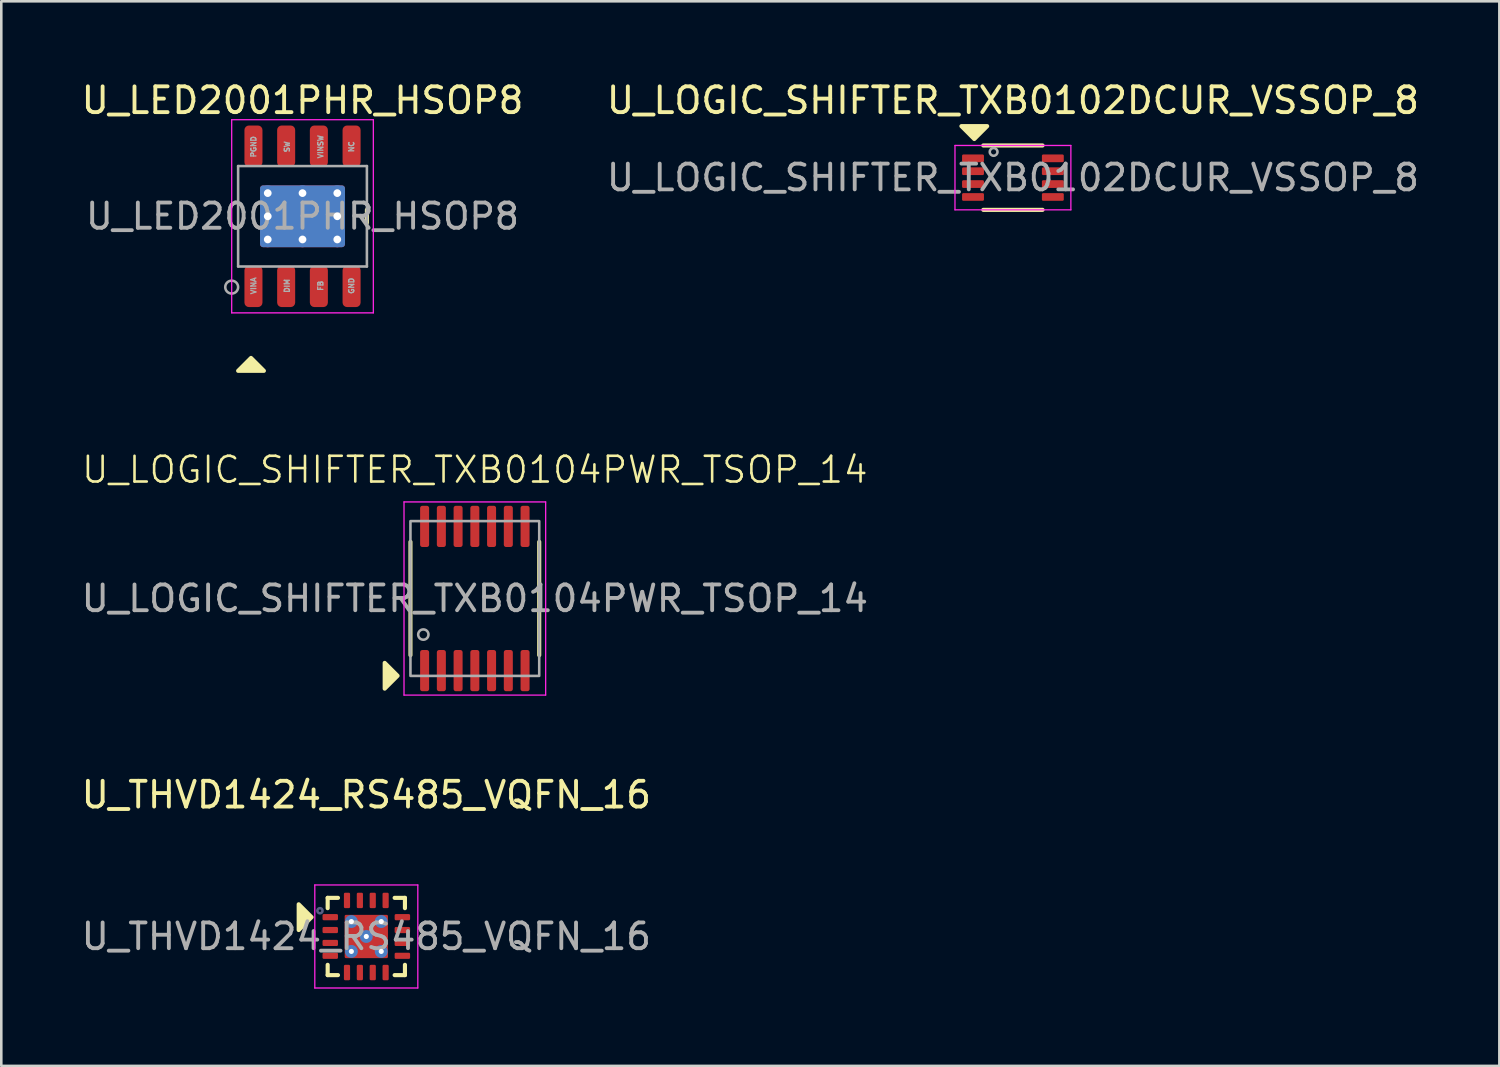
<source format=kicad_pcb>
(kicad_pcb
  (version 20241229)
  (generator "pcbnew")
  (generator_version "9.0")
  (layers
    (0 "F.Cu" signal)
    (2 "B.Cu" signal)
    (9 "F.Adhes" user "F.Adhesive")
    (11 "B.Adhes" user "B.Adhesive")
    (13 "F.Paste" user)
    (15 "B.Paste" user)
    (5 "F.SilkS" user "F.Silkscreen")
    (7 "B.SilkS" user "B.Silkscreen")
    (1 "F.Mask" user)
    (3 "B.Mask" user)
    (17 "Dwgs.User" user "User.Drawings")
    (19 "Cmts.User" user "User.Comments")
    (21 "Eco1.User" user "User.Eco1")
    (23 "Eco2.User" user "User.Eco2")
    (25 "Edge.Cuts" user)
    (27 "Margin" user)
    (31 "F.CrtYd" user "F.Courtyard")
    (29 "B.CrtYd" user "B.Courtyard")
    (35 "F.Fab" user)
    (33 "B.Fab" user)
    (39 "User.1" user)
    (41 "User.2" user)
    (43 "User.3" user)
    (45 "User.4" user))
  (footprint "U_LED2001PHR_HSOP8"
    (layer "F.Cu")
    (at 8.696 5.348)
    (property "Reference" "U_LED2001PHR_HSOP8" (at 0 -4.5 0) (layer "F.SilkS") (effects (font (size 1 1) (thickness 0.15))))
    (attr smd)
    (fp_line (start 2.5 0.25) (end 2.5 -0.25) (stroke (width 0.16) (type default)) (layer "F.SilkS"))
    (fp_poly (pts (xy -2.5 6) (xy -2 5.5) (xy -1.5 6)) (stroke (width 0.16) (type solid)) (fill yes) (layer "F.SilkS"))
    (fp_line (start -2.75 -3.75) (end -2.75 3.75) (stroke (width 0.05) (type solid)) (layer "F.CrtYd"))
    (fp_line (start -2.75 3.75) (end 2.75 3.75) (stroke (width 0.05) (type solid)) (layer "F.CrtYd"))
    (fp_line (start 2.75 -3.75) (end -2.75 -3.75) (stroke (width 0.05) (type solid)) (layer "F.CrtYd"))
    (fp_line (start 2.75 3.75) (end 2.75 -3.75) (stroke (width 0.05) (type solid)) (layer "F.CrtYd"))
    (fp_line (start -2.5 -1.95) (end 2.5 -1.95) (stroke (width 0.1) (type solid)) (layer "F.Fab"))
    (fp_line (start -2.5 1.95) (end -2.5 -1.95) (stroke (width 0.1) (type solid)) (layer "F.Fab"))
    (fp_line (start 2.5 -1.95) (end 2.5 1.95) (stroke (width 0.1) (type solid)) (layer "F.Fab"))
    (fp_line (start 2.5 1.95) (end -2.5 1.95) (stroke (width 0.1) (type solid)) (layer "F.Fab"))
    (fp_circle (center -2.75 2.75) (end -2.5 2.75) (stroke (width 0.1) (type default)) (fill no) (layer "F.Fab"))
    (fp_text user "NC" (at 1.9 -2.7 90) (unlocked yes) (layer "F.Fab") (effects (font (size 0.2 0.2) (thickness 0.05) (bold yes))))
    (fp_text user "GND" (at 1.9 2.7 90) (unlocked yes) (layer "F.Fab") (effects (font (size 0.2 0.2) (thickness 0.05) (bold yes))))
    (fp_text user "VINA" (at -1.9 2.7 90) (unlocked yes) (layer "F.Fab") (effects (font (size 0.2 0.2) (thickness 0.05) (bold yes))))
    (fp_text user "DIM" (at -0.6 2.7 90) (unlocked yes) (layer "F.Fab") (effects (font (size 0.2 0.2) (thickness 0.05) (bold yes))))
    (fp_text user "FB" (at 0.7 2.7 90) (unlocked yes) (layer "F.Fab") (effects (font (size 0.2 0.2) (thickness 0.05) (bold yes))))
    (fp_text user "VINSW" (at 0.7 -2.7 90) (unlocked yes) (layer "F.Fab") (effects (font (size 0.2 0.2) (thickness 0.05) (bold yes))))
    (fp_text user "${REFERENCE}" (at 0 0 0) (layer "F.Fab") (effects (font (size 0.98 0.98) (thickness 0.15))))
    (fp_text user "SW" (at -0.6 -2.7 90) (unlocked yes) (layer "F.Fab") (effects (font (size 0.2 0.2) (thickness 0.05) (bold yes))))
    (fp_text user "PGND" (at -1.9 -2.7 90) (unlocked yes) (layer "F.Fab") (effects (font (size 0.2 0.2) (thickness 0.05) (bold yes))))
    (dimension (type aligned) (layer "User.1") (pts (xy 6.946 6.648) (xy 6.946 4.048)) (height -0.5) (format (prefix "") (suffix "") (units 3) (units_format 1) (precision 4) (suppress_zeroes yes)) (style (thickness 0.01) (arrow_length 0.01) (text_position_mode 0) (arrow_direction outward) (extension_height 0.1) (extension_offset 0.1) (keep_text_aligned yes)) (gr_text "2.6 mm" (at 6.321 5.348 90) (layer "User.1") (effects (font (size 0.1 0.1) (thickness 0.15)))))
    (dimension (type aligned) (layer "User.1") (pts (xy 6.791 8.073) (xy 10.601 8.073)) (height -1.145) (format (prefix "") (suffix "") (units 3) (units_format 1) (precision 4) (suppress_zeroes yes)) (style (thickness 0.01) (arrow_length 0.01) (text_position_mode 0) (arrow_direction outward) (extension_height 0.1) (extension_offset 0.1) (keep_text_aligned yes)) (gr_text "3.81 mm" (at 8.696 6.803 0) (layer "User.1") (effects (font (size 0.1 0.1) (thickness 0.15) (bold yes)))))
    (dimension (type aligned) (layer "User.1") (pts (xy 6.441 7.273) (xy 7.141 7.273)) (height -0.285) (format (prefix "") (suffix "") (units 3) (units_format 1) (precision 4) (suppress_zeroes yes)) (style (thickness 0.01) (arrow_length 0.01) (text_position_mode 0) (arrow_direction outward) (extension_height 0.1) (extension_offset 0.1) (keep_text_aligned yes)) (gr_text "0.7 mm" (at 6.791 6.863 0) (layer "User.1") (effects (font (size 0.1 0.1) (thickness 0.15)))))
    (dimension (type aligned) (layer "User.1") (pts (xy 6.791 8.873) (xy 6.791 1.823)) (height -1.095) (format (prefix "") (suffix "") (units 3) (units_format 1) (precision 4) (suppress_zeroes yes)) (style (thickness 0.01) (arrow_length 0.01) (text_position_mode 0) (arrow_direction outward) (extension_height 0.1) (extension_offset 0.1) (keep_text_aligned yes)) (gr_text "7.05 mm" (at 5.571 5.348 90) (layer "User.1") (effects (font (size 0.1 0.1) (thickness 0.15)))))
    (pad "" smd roundrect (at -0.775 -0.6 90) (size 0.97 1.25) (layers "F.Paste") (roundrect_rratio 0.25))
    (pad "" smd roundrect (at -0.775 0.6 90) (size 0.97 1.25) (layers "F.Paste") (roundrect_rratio 0.25))
    (pad "" smd roundrect (at 0.775 -0.6 90) (size 0.97 1.25) (layers "F.Paste") (roundrect_rratio 0.25))
    (pad "" smd roundrect (at 0.775 0.6 90) (size 0.97 1.25) (layers "F.Paste") (roundrect_rratio 0.25))
    (pad "1" smd roundrect (at -1.905 2.725 90) (size 1.6 0.7) (layers "F.Cu" "F.Mask" "F.Paste") (roundrect_rratio 0.25))
    (pad "2" smd roundrect (at -0.635 2.725 90) (size 1.6 0.7) (layers "F.Cu" "F.Mask" "F.Paste") (roundrect_rratio 0.25))
    (pad "3" smd roundrect (at 0.635 2.725 90) (size 1.6 0.7) (layers "F.Cu" "F.Mask" "F.Paste") (roundrect_rratio 0.25))
    (pad "4" smd roundrect (at 1.905 2.725 90) (size 1.6 0.7) (layers "F.Cu" "F.Mask" "F.Paste") (roundrect_rratio 0.25))
    (pad "5" smd roundrect (at 1.905 -2.725 90) (size 1.6 0.7) (layers "F.Cu" "F.Mask" "F.Paste") (roundrect_rratio 0.25))
    (pad "6" smd roundrect (at 0.635 -2.725 90) (size 1.6 0.7) (layers "F.Cu" "F.Mask" "F.Paste") (roundrect_rratio 0.25))
    (pad "7" smd roundrect (at -0.635 -2.725 90) (size 1.6 0.7) (layers "F.Cu" "F.Mask" "F.Paste") (roundrect_rratio 0.25))
    (pad "8" smd roundrect (at -1.905 -2.725 90) (size 1.6 0.7) (layers "F.Cu" "F.Mask" "F.Paste") (roundrect_rratio 0.25))
    (pad "9" thru_hole circle (at -1.35 -0.9 90) (size 0.6 0.6) (drill 0.3) (property pad_prop_heatsink) (layers "*.Cu"))
    (pad "9" thru_hole circle (at -1.35 0 90) (size 0.6 0.6) (drill 0.3) (property pad_prop_heatsink) (layers "*.Cu"))
    (pad "9" thru_hole circle (at -1.35 0.9 90) (size 0.6 0.6) (drill 0.3) (property pad_prop_heatsink) (layers "*.Cu"))
    (pad "9" thru_hole circle (at 0 -0.9 90) (size 0.6 0.6) (drill 0.3) (property pad_prop_heatsink) (layers "*.Cu"))
    (pad "9" smd roundrect (at 0 0 90) (size 2.4 3.3) (property pad_prop_heatsink) (layers "F.Cu" "F.Mask") (roundrect_rratio 0.05))
    (pad "9" smd roundrect (at 0 0 90) (size 2.4 3.3) (property pad_prop_heatsink) (layers "B.Cu") (roundrect_rratio 0.05))
    (pad "9" thru_hole circle (at 0 0.9 90) (size 0.6 0.6) (drill 0.3) (property pad_prop_heatsink) (layers "*.Cu"))
    (pad "9" thru_hole circle (at 1.35 -0.9 90) (size 0.6 0.6) (drill 0.3) (property pad_prop_heatsink) (layers "*.Cu"))
    (pad "9" thru_hole circle (at 1.35 0 90) (size 0.6 0.6) (drill 0.3) (property pad_prop_heatsink) (layers "*.Cu"))
    (pad "9" thru_hole circle (at 1.35 0.9 90) (size 0.6 0.6) (drill 0.3) (property pad_prop_heatsink) (layers "*.Cu")))
  (footprint "U_LOGIC_SHIFTER_TXB0104PWR_TSOP_14"
    (layer "F.Cu")
    (at 15.387 20.189)
    (property "Reference" "U_LOGIC_SHIFTER_TXB0104PWR_TSOP_14" (at 0 -5 0) (unlocked yes) (layer "F.SilkS") (effects (font (size 1 1) (thickness 0.1))))
    (attr smd)
    (fp_line (start -2.5 -2.2) (end -2.5 2.2) (stroke (width 0.16) (type default)) (layer "F.SilkS"))
    (fp_line (start 2.5 -2.2) (end 2.5 2.2) (stroke (width 0.16) (type default)) (layer "F.SilkS"))
    (fp_poly (pts (xy -3.5 2.5) (xy -3 3) (xy -3.5 3.5)) (stroke (width 0.16) (type solid)) (fill yes) (layer "F.SilkS"))
    (fp_line (start -2.75 -3.75) (end 2.75 -3.75) (stroke (width 0.05) (type default)) (layer "F.CrtYd"))
    (fp_line (start -2.75 3.75) (end -2.75 -3.75) (stroke (width 0.05) (type default)) (layer "F.CrtYd"))
    (fp_line (start 2.75 -3.75) (end 2.75 3.75) (stroke (width 0.05) (type default)) (layer "F.CrtYd"))
    (fp_line (start 2.75 3.75) (end -2.75 3.75) (stroke (width 0.05) (type default)) (layer "F.CrtYd"))
    (fp_rect (start -2.5 -3.005) (end 2.5 3.005) (stroke (width 0.1) (type default)) (fill no) (layer "F.Fab"))
    (fp_circle (center -2 1.4) (end -1.8 1.4) (stroke (width 0.1) (type default)) (fill no) (layer "F.Fab"))
    (fp_text user "${REFERENCE}" (at 0 0 0) (unlocked yes) (layer "F.Fab") (effects (font (size 1 1) (thickness 0.15))))
    (dimension (type aligned) (layer "User.1") (pts (xy 14.737 17.489) (xy 15.387 17.489)) (height -1.2) (format (prefix "") (suffix "") (units 3) (units_format 1) (precision 2) (suppress_zeroes yes)) (style (thickness 0.01) (arrow_length 0.01) (text_position_mode 0) (arrow_direction outward) (extension_height 0) (extension_offset 0) (keep_text_aligned yes)) (gr_text "0.65 mm" (at 15.062 16.164 0) (layer "User.1") (effects (font (size 0.1 0.1) (thickness 0.15)))))
    (dimension (type aligned) (layer "User.1") (pts (xy 13.437 17.389) (xy 13.437 22.989)) (height 1.05) (format (prefix "") (suffix "") (units 3) (units_format 1) (precision 4) (suppress_zeroes yes)) (style (thickness 0.01) (arrow_length 0.01) (text_position_mode 2) (arrow_direction outward) (extension_height 0) (extension_offset 0) (keep_text_aligned yes)) (gr_text "5.6 mm" (at 12.387 20.189 90) (layer "User.1") (effects (font (size 0.1 0.1) (thickness 0.15)))))
    (dimension (type aligned) (layer "User.1") (pts (xy 13.262 16.689) (xy 13.612 16.689)) (height -0.4) (format (prefix "") (suffix "") (units 3) (units_format 1) (precision 2)) (style (thickness 0.01) (arrow_length 0.01) (text_position_mode 2) (arrow_direction outward) (extension_height 0) (extension_offset 0) (keep_text_aligned yes)) (gr_text "0.35 mm" (at 13.487 16.189 0) (layer "User.1") (effects (font (size 0.1 0.1) (thickness 0.15)))))
    (dimension (type aligned) (layer "User.1") (pts (xy 13.112 16.589) (xy 13.112 18.189)) (height 0.175) (format (prefix "") (suffix "") (units 3) (units_format 1) (precision 4) (suppress_zeroes yes)) (style (thickness 0.01) (arrow_length 0.01) (text_position_mode 2) (arrow_direction outward) (extension_height 0) (extension_offset 0) (keep_text_aligned yes)) (gr_text "1.6 mm" (at 12.937 17.289 90) (layer "User.1") (effects (font (size 0.1 0.1) (thickness 0.15)))))
    (pad "1" smd roundrect (at -1.95 2.8) (size 0.35 1.6) (layers "F.Cu" "F.Mask" "F.Paste") (roundrect_rratio 0.25))
    (pad "2" smd roundrect (at -1.3 2.8) (size 0.35 1.6) (layers "F.Cu" "F.Mask" "F.Paste") (roundrect_rratio 0.25))
    (pad "3" smd roundrect (at -0.65 2.8) (size 0.35 1.6) (layers "F.Cu" "F.Mask" "F.Paste") (roundrect_rratio 0.25))
    (pad "4" smd roundrect (at 0 2.8) (size 0.35 1.6) (layers "F.Cu" "F.Mask" "F.Paste") (roundrect_rratio 0.25))
    (pad "5" smd roundrect (at 0.65 2.8) (size 0.35 1.6) (layers "F.Cu" "F.Mask" "F.Paste") (roundrect_rratio 0.25))
    (pad "6" smd roundrect (at 1.3 2.8) (size 0.35 1.6) (layers "F.Cu" "F.Mask" "F.Paste") (roundrect_rratio 0.25))
    (pad "7" smd roundrect (at 1.95 2.8) (size 0.35 1.6) (layers "F.Cu" "F.Mask" "F.Paste") (roundrect_rratio 0.25))
    (pad "8" smd roundrect (at 1.95 -2.8) (size 0.35 1.6) (layers "F.Cu" "F.Mask" "F.Paste") (roundrect_rratio 0.25))
    (pad "9" smd roundrect (at 1.3 -2.8) (size 0.35 1.6) (layers "F.Cu" "F.Mask" "F.Paste") (roundrect_rratio 0.25))
    (pad "10" smd roundrect (at 0.65 -2.8) (size 0.35 1.6) (layers "F.Cu" "F.Mask" "F.Paste") (roundrect_rratio 0.25))
    (pad "11" smd roundrect (at 0 -2.8) (size 0.35 1.6) (layers "F.Cu" "F.Mask" "F.Paste") (roundrect_rratio 0.25))
    (pad "12" smd roundrect (at -0.65 -2.8) (size 0.35 1.6) (layers "F.Cu" "F.Mask" "F.Paste") (roundrect_rratio 0.25))
    (pad "13" smd roundrect (at -1.3 -2.8) (size 0.35 1.6) (layers "F.Cu" "F.Mask" "F.Paste") (roundrect_rratio 0.25))
    (pad "14" smd roundrect (at -1.95 -2.8) (size 0.35 1.6) (layers "F.Cu" "F.Mask" "F.Paste") (roundrect_rratio 0.25)))
  (footprint "U_LOGIC_SHIFTER_TXB0102DCUR_VSSOP_8"
    (layer "F.Cu")
    (at 36.28 3.848)
    (property "Reference" "U_LOGIC_SHIFTER_TXB0102DCUR_VSSOP_8" (at 0 -3 0) (layer "F.SilkS") (effects (font (size 1 1) (thickness 0.15))))
    (attr smd)
    (fp_line (start 1.15 -1.25) (end -1.15 -1.25) (stroke (width 0.16) (type default)) (layer "F.SilkS"))
    (fp_line (start 1.15 1.25) (end -1.15 1.25) (stroke (width 0.16) (type default)) (layer "F.SilkS"))
    (fp_poly (pts (xy -1 -2) (xy -1.5 -1.5) (xy -2 -2)) (stroke (width 0.16) (type solid)) (fill yes) (layer "F.SilkS"))
    (fp_line (start -2.25 -1.25) (end 2.25 -1.25) (stroke (width 0.05) (type default)) (layer "F.CrtYd"))
    (fp_line (start -2.25 1.25) (end -2.25 -1.25) (stroke (width 0.05) (type default)) (layer "F.CrtYd"))
    (fp_line (start 2.25 -1.25) (end 2.25 1.25) (stroke (width 0.05) (type default)) (layer "F.CrtYd"))
    (fp_line (start 2.25 1.25) (end -2.25 1.25) (stroke (width 0.05) (type default)) (layer "F.CrtYd"))
    (fp_circle (center -0.75 -1) (end -0.6 -1) (stroke (width 0.1) (type default)) (fill no) (layer "F.Fab"))
    (fp_text user "${REFERENCE}" (at 0 0 0) (layer "F.Fab") (effects (font (size 1 1) (thickness 0.15))))
    (dimension (type aligned) (layer "User.1") (pts (xy 37.88 4.588) (xy 34.78 4.588)) (height -0.72) (format (prefix "") (suffix "") (units 3) (units_format 1) (precision 2) (suppress_zeroes yes)) (style (thickness 0.01) (arrow_length 0.01) (text_position_mode 2) (arrow_direction outward) (extension_height 0) (extension_offset 0) (keep_text_aligned yes)) (gr_text "3.1 mm" (at 36.28 5.368 0) (layer "User.1") (effects (font (size 0.1 0.1) (thickness 0.15)))))
    (dimension (type aligned) (layer "User.1") (pts (xy 34.73 4.098) (xy 34.73 3.598)) (height -0.75) (format (prefix "") (suffix "") (units 3) (units_format 1) (precision 2) (suppress_zeroes yes)) (style (thickness 0.01) (arrow_length 0.01) (text_position_mode 2) (arrow_direction outward) (extension_height 0) (extension_offset 0) (keep_text_aligned yes)) (gr_text "0.5 mm" (at 33.88 3.848 90) (layer "User.1") (effects (font (size 0.1 0.1) (thickness 0.15)))))
    (dimension (type aligned) (layer "User.1") (pts (xy 38.25 3.158) (xy 37.4 3.158)) (height 0.61) (format (prefix "") (suffix "") (units 3) (units_format 1) (precision 2) (suppress_zeroes yes)) (style (thickness 0.01) (arrow_length 0.01) (text_position_mode 2) (arrow_direction outward) (extension_height 0) (extension_offset 0) (keep_text_aligned yes)) (gr_text "0.85 mm" (at 37.85 2.447 0) (layer "User.1") (effects (font (size 0.1 0.1) (thickness 0.15)))))
    (dimension (type aligned) (layer "User.1") (pts (xy 34.76 3.248) (xy 34.76 2.948)) (height -0.9) (format (prefix "") (suffix "") (units 3) (units_format 1) (precision 2) (suppress_zeroes yes)) (style (thickness 0.01) (arrow_length 0.01) (text_position_mode 2) (arrow_direction outward) (extension_height 0) (extension_offset 0) (keep_text_aligned yes)) (gr_text "0.3 mm" (at 33.76 3.098 90) (layer "User.1") (effects (font (size 0.1 0.1) (thickness 0.15)))))
    (pad "1" smd roundrect (at -1.55 -0.75 270) (size 0.3 0.85) (layers "F.Cu" "F.Mask" "F.Paste") (roundrect_rratio 0.167))
    (pad "2" smd roundrect (at -1.55 -0.25 270) (size 0.3 0.85) (layers "F.Cu" "F.Mask" "F.Paste") (roundrect_rratio 0.167))
    (pad "3" smd roundrect (at -1.55 0.25 270) (size 0.3 0.85) (layers "F.Cu" "F.Mask" "F.Paste") (roundrect_rratio 0.167))
    (pad "4" smd roundrect (at -1.55 0.75 270) (size 0.3 0.85) (layers "F.Cu" "F.Mask" "F.Paste") (roundrect_rratio 0.167))
    (pad "5" smd roundrect (at 1.55 0.75 270) (size 0.3 0.85) (layers "F.Cu" "F.Mask" "F.Paste") (roundrect_rratio 0.167))
    (pad "6" smd roundrect (at 1.55 0.25 270) (size 0.3 0.85) (layers "F.Cu" "F.Mask" "F.Paste") (roundrect_rratio 0.167))
    (pad "7" smd roundrect (at 1.55 -0.25 270) (size 0.3 0.85) (layers "F.Cu" "F.Mask" "F.Paste") (roundrect_rratio 0.167))
    (pad "8" smd roundrect (at 1.55 -0.75 270) (size 0.3 0.85) (layers "F.Cu" "F.Mask" "F.Paste") (roundrect_rratio 0.167)))
  (footprint "U_THVD1424_RS485_VQFN_16"
    (layer "F.Cu")
    (at 11.173 33.312)
    (property "Reference" "U_THVD1424_RS485_VQFN_16" (at 0 -5.5 0) (layer "F.SilkS") (effects (font (size 1 1) (thickness 0.15))))
    (attr smd)
    (fp_line (start -1.5 -1.5) (end -1.5 -1.1) (stroke (width 0.16) (type solid)) (layer "F.SilkS"))
    (fp_line (start -1.5 1.1) (end -1.5 1.5) (stroke (width 0.16) (type solid)) (layer "F.SilkS"))
    (fp_line (start -1.5 1.5) (end -1.1 1.5) (stroke (width 0.16) (type solid)) (layer "F.SilkS"))
    (fp_line (start -1.1 -1.5) (end -1.5 -1.5) (stroke (width 0.16) (type solid)) (layer "F.SilkS"))
    (fp_line (start 1.1 1.5) (end 1.5 1.5) (stroke (width 0.16) (type solid)) (layer "F.SilkS"))
    (fp_line (start 1.5 -1.5) (end 1.1 -1.5) (stroke (width 0.16) (type solid)) (layer "F.SilkS"))
    (fp_line (start 1.5 -1.5) (end 1.5 -1.1) (stroke (width 0.16) (type solid)) (layer "F.SilkS"))
    (fp_line (start 1.5 1.1) (end 1.5 1.5) (stroke (width 0.16) (type solid)) (layer "F.SilkS"))
    (fp_poly (pts (xy -2.625 -1.25) (xy -2.125 -0.75) (xy -2.625 -0.25)) (stroke (width 0.16) (type solid)) (fill yes) (layer "F.SilkS"))
    (fp_line (start -2 -2) (end 2 -2) (stroke (width 0.05) (type default)) (layer "F.CrtYd"))
    (fp_line (start -2 2) (end -2 -2) (stroke (width 0.05) (type default)) (layer "F.CrtYd"))
    (fp_line (start 2 -2) (end 2 2) (stroke (width 0.05) (type default)) (layer "F.CrtYd"))
    (fp_line (start 2 2) (end -2 2) (stroke (width 0.05) (type default)) (layer "F.CrtYd"))
    (fp_circle (center -1.8 -1) (end -1.7 -1) (stroke (width 0.1) (type default)) (fill no) (layer "B.Fab"))
    (fp_text user "${REFERENCE}" (at 0 0 0) (layer "F.Fab") (effects (font (size 1 1) (thickness 0.15))))
    (pad "1" smd roundrect (at -1.4 -0.75) (size 0.6 0.24) (layers "F.Cu" "F.Mask" "F.Paste") (roundrect_rratio 0.208))
    (pad "2" smd roundrect (at -1.4 -0.25) (size 0.6 0.24) (layers "F.Cu" "F.Mask" "F.Paste") (roundrect_rratio 0.208))
    (pad "3" smd roundrect (at -1.4 0.25) (size 0.6 0.24) (layers "F.Cu" "F.Mask" "F.Paste") (roundrect_rratio 0.208))
    (pad "4" smd roundrect (at -1.4 0.75) (size 0.6 0.24) (layers "F.Cu" "F.Mask" "F.Paste") (roundrect_rratio 0.208))
    (pad "5" smd roundrect (at -0.75 1.4 180) (size 0.24 0.6) (layers "F.Cu" "F.Mask" "F.Paste") (roundrect_rratio 0.208))
    (pad "6" smd roundrect (at -0.25 1.4 180) (size 0.24 0.6) (layers "F.Cu" "F.Mask" "F.Paste") (roundrect_rratio 0.208))
    (pad "7" smd roundrect (at 0.25 1.4 180) (size 0.24 0.6) (layers "F.Cu" "F.Mask" "F.Paste") (roundrect_rratio 0.208))
    (pad "8" smd roundrect (at 0.75 1.4 180) (size 0.24 0.6) (layers "F.Cu" "F.Mask" "F.Paste") (roundrect_rratio 0.208))
    (pad "9" smd roundrect (at 1.4 0.75) (size 0.6 0.24) (layers "F.Cu" "F.Mask" "F.Paste") (roundrect_rratio 0.208))
    (pad "10" smd roundrect (at 1.4 0.25) (size 0.6 0.24) (layers "F.Cu" "F.Mask" "F.Paste") (roundrect_rratio 0.208))
    (pad "11" smd roundrect (at 1.4 -0.25) (size 0.6 0.24) (layers "F.Cu" "F.Mask" "F.Paste") (roundrect_rratio 0.208))
    (pad "12" smd roundrect (at 1.4 -0.75) (size 0.6 0.24) (layers "F.Cu" "F.Mask" "F.Paste") (roundrect_rratio 0.208))
    (pad "13" smd roundrect (at 0.75 -1.4 180) (size 0.24 0.6) (layers "F.Cu" "F.Mask" "F.Paste") (roundrect_rratio 0.208))
    (pad "14" smd roundrect (at 0.25 -1.4 180) (size 0.24 0.6) (layers "F.Cu" "F.Mask" "F.Paste") (roundrect_rratio 0.208))
    (pad "15" smd roundrect (at -0.25 -1.4 180) (size 0.24 0.6) (layers "F.Cu" "F.Mask" "F.Paste") (roundrect_rratio 0.208))
    (pad "16" smd roundrect (at -0.75 -1.4 180) (size 0.24 0.6) (layers "F.Cu" "F.Mask" "F.Paste") (roundrect_rratio 0.208))
    (pad "17" thru_hole circle (at -0.58 -0.58) (size 0.5 0.5) (drill 0.2) (property pad_prop_heatsink) (layers "*.Cu"))
    (pad "17" thru_hole circle (at -0.58 0.58) (size 0.5 0.5) (drill 0.2) (property pad_prop_heatsink) (layers "*.Cu"))
    (pad "17" thru_hole circle (at 0 0) (size 0.5 0.5) (drill 0.2) (property pad_prop_heatsink) (layers "*.Cu"))
    (pad "17" smd roundrect (at 0 0) (size 1.55 1.55) (layers "F.Cu" "F.Mask" "F.Paste") (roundrect_rratio 0.029))
    (pad "17" smd roundrect (at 0 0) (size 1.68 1.68) (layers "F.Cu" "F.Mask") (roundrect_rratio 0.029))
    (pad "17" thru_hole circle (at 0.58 -0.58 90) (size 0.5 0.5) (drill 0.2) (property pad_prop_heatsink) (layers "*.Cu"))
    (pad "17" thru_hole circle (at 0.58 0.58) (size 0.5 0.5) (drill 0.2) (property pad_prop_heatsink) (layers "*.Cu")))
  (gr_rect
    (start -3 -3)
    (end 55.167 38.337)
    (stroke (width 0.1) (type default))
    (fill no)
    (layer "Edge.Cuts")))
</source>
